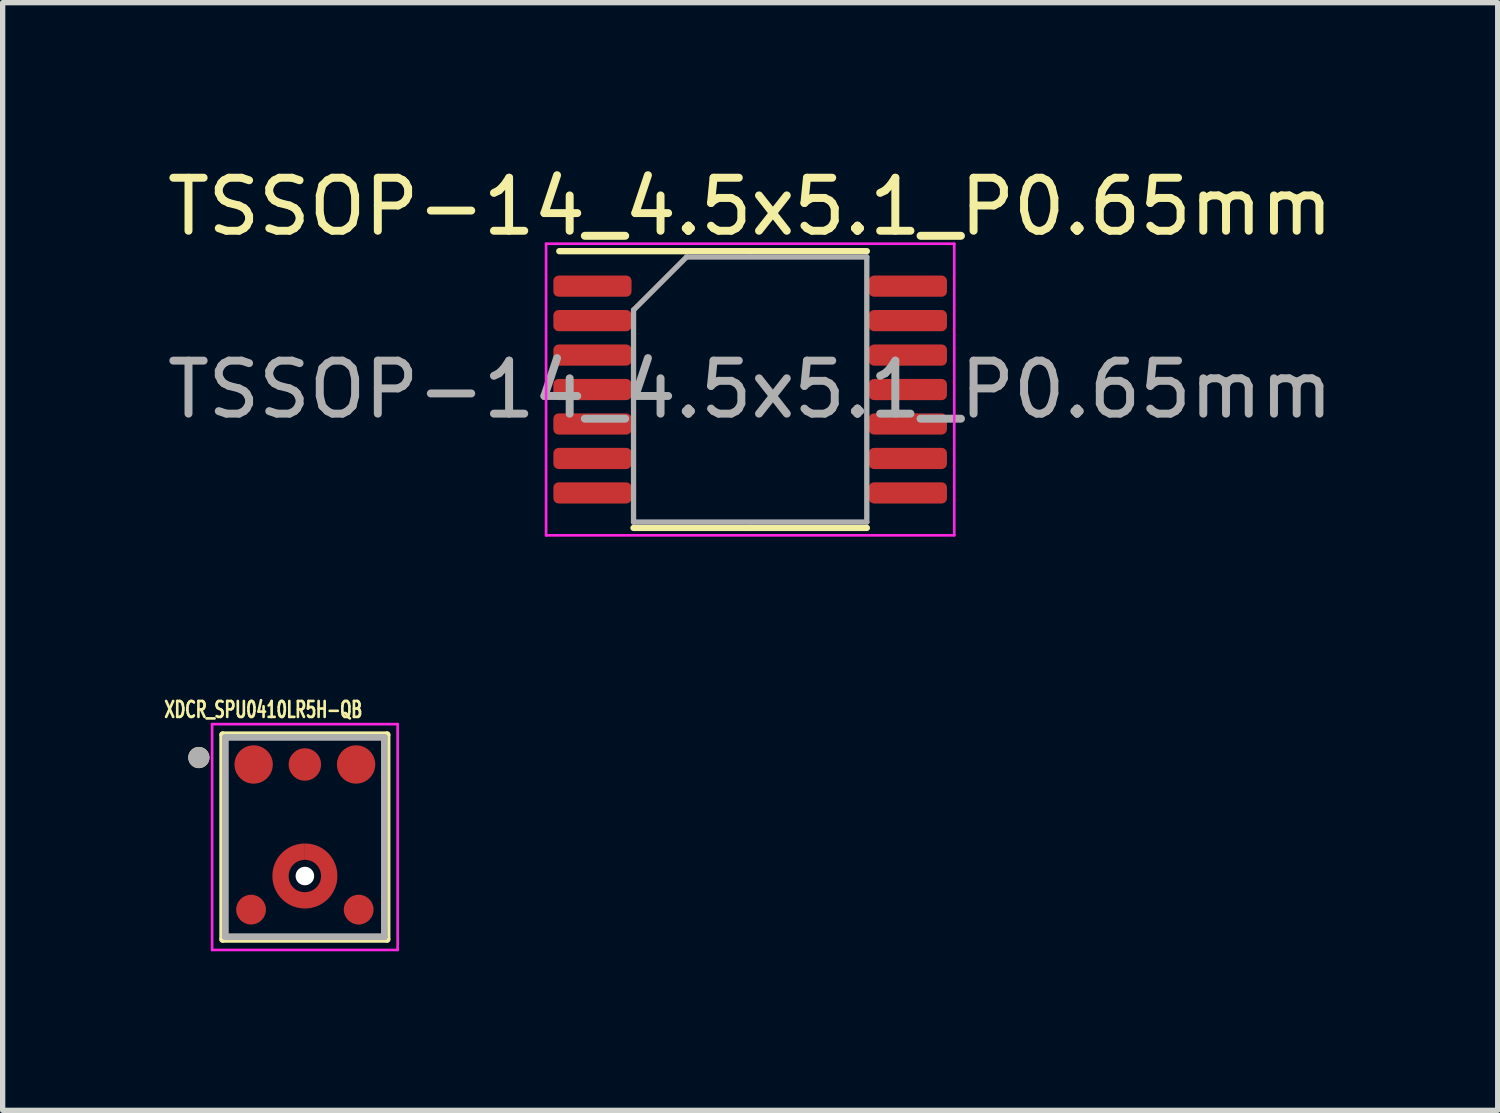
<source format=kicad_pcb>
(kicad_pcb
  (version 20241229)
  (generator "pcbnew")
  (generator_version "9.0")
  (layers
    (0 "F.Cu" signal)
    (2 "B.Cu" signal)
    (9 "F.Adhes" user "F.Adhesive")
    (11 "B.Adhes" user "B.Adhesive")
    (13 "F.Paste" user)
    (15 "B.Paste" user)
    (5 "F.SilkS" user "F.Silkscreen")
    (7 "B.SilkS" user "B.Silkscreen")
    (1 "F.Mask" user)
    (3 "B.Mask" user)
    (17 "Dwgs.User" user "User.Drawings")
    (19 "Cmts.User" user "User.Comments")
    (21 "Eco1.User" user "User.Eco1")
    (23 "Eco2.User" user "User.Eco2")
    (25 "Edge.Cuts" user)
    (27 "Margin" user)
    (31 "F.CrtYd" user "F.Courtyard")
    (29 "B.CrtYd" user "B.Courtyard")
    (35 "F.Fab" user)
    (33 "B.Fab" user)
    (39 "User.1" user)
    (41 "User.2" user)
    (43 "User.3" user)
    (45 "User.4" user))
  (footprint "TSSOP-14_4.5x5.1_P0.65mm"
    (layer "F.Cu")
    (at 11.101 4.298)
    (property "Reference" "TSSOP-14_4.5x5.1_P0.65mm" (at 0 -3.45 0) (layer "F.SilkS") (effects (font (size 1 1) (thickness 0.15))))
    (attr smd)
    (fp_line (start 0 -2.61) (end -3.6 -2.61) (stroke (width 0.12) (type solid)) (layer "F.SilkS"))
    (fp_line (start 0 -2.61) (end 2.2 -2.61) (stroke (width 0.12) (type solid)) (layer "F.SilkS"))
    (fp_line (start 0 2.61) (end -2.2 2.61) (stroke (width 0.12) (type solid)) (layer "F.SilkS"))
    (fp_line (start 0 2.61) (end 2.2 2.61) (stroke (width 0.12) (type solid)) (layer "F.SilkS"))
    (fp_line (start -3.85 -2.75) (end -3.85 2.75) (stroke (width 0.05) (type solid)) (layer "F.CrtYd"))
    (fp_line (start -3.85 2.75) (end 3.85 2.75) (stroke (width 0.05) (type solid)) (layer "F.CrtYd"))
    (fp_line (start 3.85 -2.75) (end -3.85 -2.75) (stroke (width 0.05) (type solid)) (layer "F.CrtYd"))
    (fp_line (start 3.85 2.75) (end 3.85 -2.75) (stroke (width 0.05) (type solid)) (layer "F.CrtYd"))
    (fp_line (start -2.2 -1.5) (end -1.2 -2.5) (stroke (width 0.1) (type solid)) (layer "F.Fab"))
    (fp_line (start -2.2 2.5) (end -2.2 -1.5) (stroke (width 0.1) (type solid)) (layer "F.Fab"))
    (fp_line (start -1.2 -2.5) (end 2.2 -2.5) (stroke (width 0.1) (type solid)) (layer "F.Fab"))
    (fp_line (start 2.2 -2.5) (end 2.2 2.5) (stroke (width 0.1) (type solid)) (layer "F.Fab"))
    (fp_line (start 2.2 2.5) (end -2.2 2.5) (stroke (width 0.1) (type solid)) (layer "F.Fab"))
    (fp_text user "${REFERENCE}" (at 0 0 0) (layer "F.Fab") (effects (font (size 1 1) (thickness 0.15))))
    (pad "1" smd roundrect (at -2.975 -1.95) (size 1.475 0.4) (layers "F.Cu" "F.Mask" "F.Paste") (roundrect_rratio 0.25))
    (pad "2" smd roundrect (at -2.975 -1.3) (size 1.475 0.4) (layers "F.Cu" "F.Mask" "F.Paste") (roundrect_rratio 0.25))
    (pad "3" smd roundrect (at -2.975 -0.65) (size 1.475 0.4) (layers "F.Cu" "F.Mask" "F.Paste") (roundrect_rratio 0.25))
    (pad "4" smd roundrect (at -2.975 0) (size 1.475 0.4) (layers "F.Cu" "F.Mask" "F.Paste") (roundrect_rratio 0.25))
    (pad "5" smd roundrect (at -2.975 0.65) (size 1.475 0.4) (layers "F.Cu" "F.Mask" "F.Paste") (roundrect_rratio 0.25))
    (pad "6" smd roundrect (at -2.975 1.3) (size 1.475 0.4) (layers "F.Cu" "F.Mask" "F.Paste") (roundrect_rratio 0.25))
    (pad "7" smd roundrect (at -2.975 1.95) (size 1.475 0.4) (layers "F.Cu" "F.Mask" "F.Paste") (roundrect_rratio 0.25))
    (pad "8" smd roundrect (at 2.975 1.95) (size 1.475 0.4) (layers "F.Cu" "F.Mask" "F.Paste") (roundrect_rratio 0.25))
    (pad "9" smd roundrect (at 2.975 1.3) (size 1.475 0.4) (layers "F.Cu" "F.Mask" "F.Paste") (roundrect_rratio 0.25))
    (pad "10" smd roundrect (at 2.975 0.65) (size 1.475 0.4) (layers "F.Cu" "F.Mask" "F.Paste") (roundrect_rratio 0.25))
    (pad "11" smd roundrect (at 2.975 0) (size 1.475 0.4) (layers "F.Cu" "F.Mask" "F.Paste") (roundrect_rratio 0.25))
    (pad "12" smd roundrect (at 2.975 -0.65) (size 1.475 0.4) (layers "F.Cu" "F.Mask" "F.Paste") (roundrect_rratio 0.25))
    (pad "13" smd roundrect (at 2.975 -1.3) (size 1.475 0.4) (layers "F.Cu" "F.Mask" "F.Paste") (roundrect_rratio 0.25))
    (pad "14" smd roundrect (at 2.975 -1.95) (size 1.475 0.4) (layers "F.Cu" "F.Mask" "F.Paste") (roundrect_rratio 0.25)))
  (footprint "XDCR_SPU0410LR5H-QB"
    (layer "F.Cu")
    (at 2.701 12.74)
    (property "Reference" "XDCR_SPU0410LR5H-QB" (at -0.784 -2.403 0) (layer "F.SilkS") (effects (font (size 0.3 0.2) (thickness 0.05))))
    (attr through_hole)
    (fp_poly (pts (xy -0.001 0.429) (xy -0.001 0.122) (xy -0.034 0.123) (xy -0.066 0.126) (xy -0.098 0.13) (xy -0.129 0.136) (xy -0.16 0.143) (xy -0.191 0.152) (xy -0.221 0.163) (xy -0.25 0.175) (xy -0.279 0.189) (xy -0.307 0.204) (xy -0.334 0.221) (xy -0.361 0.239) (xy -0.386 0.258) (xy -0.41 0.279) (xy -0.433 0.301) (xy -0.455 0.324) (xy -0.476 0.348) (xy -0.496 0.374) (xy -0.514 0.4) (xy -0.53 0.427) (xy -0.546 0.455) (xy -0.559 0.484) (xy -0.572 0.514) (xy -0.582 0.544) (xy -0.591 0.574) (xy -0.599 0.605) (xy -0.604 0.637) (xy -0.609 0.668) (xy -0.611 0.7) (xy -0.612 0.73) (xy -0.612 0.739) (xy -0.611 0.769) (xy -0.609 0.8) (xy -0.604 0.832) (xy -0.599 0.864) (xy -0.591 0.895) (xy -0.582 0.925) (xy -0.572 0.955) (xy -0.559 0.985) (xy -0.546 1.014) (xy -0.53 1.042) (xy -0.514 1.069) (xy -0.496 1.095) (xy -0.476 1.12) (xy -0.455 1.145) (xy -0.433 1.168) (xy -0.41 1.19) (xy -0.386 1.211) (xy -0.361 1.23) (xy -0.334 1.248) (xy -0.307 1.265) (xy -0.279 1.28) (xy -0.25 1.294) (xy -0.221 1.306) (xy -0.191 1.317) (xy -0.16 1.326) (xy -0.129 1.333) (xy -0.098 1.339) (xy -0.066 1.343) (xy -0.034 1.346) (xy 0 1.347) (xy 0.001 1.347) (xy 0.035 1.346) (xy 0.067 1.343) (xy 0.098 1.339) (xy 0.13 1.333) (xy 0.161 1.326) (xy 0.191 1.317) (xy 0.221 1.306) (xy 0.251 1.294) (xy 0.28 1.28) (xy 0.308 1.265) (xy 0.335 1.248) (xy 0.361 1.23) (xy 0.386 1.211) (xy 0.411 1.19) (xy 0.434 1.168) (xy 0.456 1.145) (xy 0.476 1.121) (xy 0.496 1.096) (xy 0.514 1.069) (xy 0.53 1.042) (xy 0.546 1.014) (xy 0.559 0.985) (xy 0.572 0.956) (xy 0.582 0.926) (xy 0.591 0.895) (xy 0.599 0.864) (xy 0.605 0.833) (xy 0.609 0.801) (xy 0.611 0.77) (xy 0.612 0.74) (xy 0.612 0.71) (xy 0.61 0.675) (xy 0.606 0.644) (xy 0.601 0.613) (xy 0.595 0.582) (xy 0.586 0.552) (xy 0.576 0.522) (xy 0.565 0.493) (xy 0.552 0.465) (xy 0.538 0.437) (xy 0.522 0.41) (xy 0.505 0.384) (xy 0.487 0.358) (xy 0.467 0.334) (xy 0.446 0.311) (xy 0.424 0.289) (xy 0.4 0.268) (xy 0.376 0.248) (xy 0.351 0.229) (xy 0.325 0.212) (xy 0.298 0.197) (xy 0.27 0.182) (xy 0.241 0.169) (xy 0.212 0.158) (xy 0.182 0.148) (xy 0.152 0.14) (xy 0.121 0.133) (xy 0.09 0.128) (xy 0.059 0.125) (xy 0.028 0.123) (xy 0.001 0.122) (xy 0.001 0.429) (xy 0.018 0.43) (xy 0.034 0.431) (xy 0.05 0.433) (xy 0.065 0.436) (xy 0.081 0.44) (xy 0.096 0.444) (xy 0.111 0.45) (xy 0.126 0.456) (xy 0.14 0.462) (xy 0.154 0.47) (xy 0.167 0.478) (xy 0.18 0.487) (xy 0.193 0.497) (xy 0.205 0.507) (xy 0.216 0.518) (xy 0.227 0.53) (xy 0.238 0.542) (xy 0.247 0.554) (xy 0.256 0.567) (xy 0.264 0.581) (xy 0.272 0.595) (xy 0.279 0.609) (xy 0.285 0.624) (xy 0.29 0.639) (xy 0.295 0.654) (xy 0.298 0.669) (xy 0.301 0.685) (xy 0.303 0.7) (xy 0.305 0.716) (xy 0.305 0.73) (xy 0.305 0.74) (xy 0.304 0.758) (xy 0.303 0.774) (xy 0.3 0.79) (xy 0.297 0.805) (xy 0.293 0.821) (xy 0.289 0.836) (xy 0.283 0.85) (xy 0.277 0.865) (xy 0.27 0.879) (xy 0.262 0.893) (xy 0.253 0.906) (xy 0.244 0.919) (xy 0.234 0.932) (xy 0.224 0.943) (xy 0.213 0.955) (xy 0.201 0.965) (xy 0.189 0.975) (xy 0.176 0.985) (xy 0.163 0.994) (xy 0.149 1.002) (xy 0.135 1.009) (xy 0.121 1.015) (xy 0.106 1.021) (xy 0.091 1.026) (xy 0.076 1.031) (xy 0.06 1.034) (xy 0.045 1.037) (xy 0.029 1.038) (xy 0.013 1.039) (xy 0 1.04) (xy -0.01 1.04) (xy -0.023 1.039) (xy -0.039 1.038) (xy -0.054 1.036) (xy -0.07 1.033) (xy -0.085 1.029) (xy -0.1 1.025) (xy -0.114 1.02) (xy -0.129 1.014) (xy -0.143 1.007) (xy -0.156 1) (xy -0.17 0.992) (xy -0.182 0.983) (xy -0.195 0.973) (xy -0.207 0.963) (xy -0.218 0.952) (xy -0.229 0.941) (xy -0.239 0.929) (xy -0.248 0.917) (xy -0.257 0.904) (xy -0.265 0.891) (xy -0.273 0.877) (xy -0.279 0.863) (xy -0.285 0.849) (xy -0.29 0.834) (xy -0.295 0.819) (xy -0.299 0.804) (xy -0.301 0.789) (xy -0.303 0.773) (xy -0.305 0.758) (xy -0.305 0.74) (xy -0.305 0.73) (xy -0.305 0.716) (xy -0.303 0.7) (xy -0.301 0.685) (xy -0.298 0.669) (xy -0.295 0.654) (xy -0.29 0.639) (xy -0.285 0.624) (xy -0.279 0.609) (xy -0.272 0.595) (xy -0.264 0.581) (xy -0.256 0.567) (xy -0.247 0.554) (xy -0.238 0.542) (xy -0.227 0.53) (xy -0.216 0.518) (xy -0.205 0.507) (xy -0.193 0.497) (xy -0.18 0.487) (xy -0.167 0.478) (xy -0.154 0.47) (xy -0.14 0.462) (xy -0.126 0.456) (xy -0.111 0.45) (xy -0.096 0.444) (xy -0.081 0.44) (xy -0.065 0.436) (xy -0.05 0.433) (xy -0.034 0.431) (xy -0.018 0.43) (xy -0.001 0.429)) (stroke (width 0.001) (type solid)) (fill yes) (layer "F.Cu"))
    (fp_circle (center 0 0.735) (end 0.459 0.735) (stroke (width 0.32) (type solid)) (fill no) (layer "F.Mask"))
    (fp_line (start -1.55 -1.93) (end 1.55 -1.93) (stroke (width 0.127) (type solid)) (layer "F.SilkS"))
    (fp_line (start -1.55 1.93) (end -1.55 -1.93) (stroke (width 0.127) (type solid)) (layer "F.SilkS"))
    (fp_line (start 1.55 -1.93) (end 1.55 1.93) (stroke (width 0.127) (type solid)) (layer "F.SilkS"))
    (fp_line (start 1.55 1.93) (end -1.55 1.93) (stroke (width 0.127) (type solid)) (layer "F.SilkS"))
    (fp_circle (center -2 -1.5) (end -1.9 -1.5) (stroke (width 0.2) (type solid)) (fill no) (layer "F.SilkS"))
    (fp_poly (pts (xy -0.48 1.109) (xy -0.499 1.083) (xy -0.514 1.061) (xy -0.528 1.039) (xy -0.541 1.015) (xy -0.553 0.992) (xy -0.564 0.967) (xy -0.574 0.943) (xy -0.582 0.918) (xy -0.59 0.892) (xy -0.596 0.866) (xy -0.601 0.84) (xy -0.605 0.814) (xy -0.608 0.788) (xy -0.61 0.761) (xy -0.611 0.735) (xy -0.61 0.708) (xy -0.608 0.681) (xy -0.605 0.655) (xy -0.601 0.629) (xy -0.596 0.603) (xy -0.59 0.577) (xy -0.582 0.551) (xy -0.574 0.526) (xy -0.564 0.502) (xy -0.553 0.477) (xy -0.541 0.454) (xy -0.528 0.43) (xy -0.514 0.408) (xy -0.499 0.386) (xy -0.48 0.36) (xy -0.262 0.578) (xy -0.268 0.588) (xy -0.273 0.597) (xy -0.278 0.607) (xy -0.283 0.617) (xy -0.287 0.627) (xy -0.291 0.638) (xy -0.294 0.648) (xy -0.297 0.659) (xy -0.3 0.669) (xy -0.302 0.68) (xy -0.304 0.691) (xy -0.305 0.702) (xy -0.306 0.713) (xy -0.307 0.724) (xy -0.307 0.735) (xy -0.307 0.745) (xy -0.306 0.756) (xy -0.305 0.767) (xy -0.304 0.778) (xy -0.302 0.789) (xy -0.3 0.8) (xy -0.297 0.81) (xy -0.294 0.821) (xy -0.291 0.831) (xy -0.287 0.842) (xy -0.283 0.852) (xy -0.278 0.862) (xy -0.273 0.872) (xy -0.268 0.881) (xy -0.262 0.891) (xy -0.48 1.109)) (stroke (width 0.001) (type solid)) (fill yes) (layer "F.Paste"))
    (fp_poly (pts (xy -0.374 0.254) (xy -0.357 0.241) (xy -0.335 0.226) (xy -0.312 0.211) (xy -0.289 0.198) (xy -0.265 0.185) (xy -0.241 0.174) (xy -0.216 0.164) (xy -0.19 0.155) (xy -0.165 0.147) (xy -0.139 0.14) (xy -0.112 0.134) (xy -0.086 0.13) (xy -0.059 0.127) (xy -0.032 0.125) (xy -0.005 0.124) (xy 0.022 0.124) (xy 0.049 0.126) (xy 0.075 0.128) (xy 0.102 0.132) (xy 0.128 0.138) (xy 0.155 0.144) (xy 0.18 0.151) (xy 0.206 0.16) (xy 0.231 0.17) (xy 0.256 0.181) (xy 0.28 0.193) (xy 0.303 0.206) (xy 0.326 0.22) (xy 0.348 0.235) (xy 0.374 0.254) (xy 0.156 0.472) (xy 0.147 0.467) (xy 0.137 0.461) (xy 0.127 0.456) (xy 0.117 0.452) (xy 0.107 0.448) (xy 0.097 0.444) (xy 0.087 0.44) (xy 0.076 0.437) (xy 0.065 0.435) (xy 0.055 0.432) (xy 0.044 0.431) (xy 0.033 0.429) (xy 0.022 0.428) (xy 0.011 0.428) (xy 0 0.427) (xy -0.011 0.428) (xy -0.022 0.428) (xy -0.033 0.429) (xy -0.044 0.431) (xy -0.055 0.432) (xy -0.065 0.435) (xy -0.076 0.437) (xy -0.087 0.44) (xy -0.097 0.444) (xy -0.107 0.448) (xy -0.117 0.452) (xy -0.127 0.456) (xy -0.137 0.461) (xy -0.147 0.467) (xy -0.156 0.472) (xy -0.374 0.254)) (stroke (width 0.001) (type solid)) (fill yes) (layer "F.Paste"))
    (fp_poly (pts (xy 0.374 1.215) (xy 0.348 1.234) (xy 0.326 1.249) (xy 0.303 1.263) (xy 0.28 1.276) (xy 0.256 1.288) (xy 0.231 1.299) (xy 0.206 1.309) (xy 0.18 1.318) (xy 0.155 1.325) (xy 0.128 1.331) (xy 0.102 1.337) (xy 0.075 1.341) (xy 0.049 1.343) (xy 0.022 1.345) (xy -0.005 1.345) (xy -0.032 1.344) (xy -0.059 1.342) (xy -0.086 1.339) (xy -0.112 1.335) (xy -0.139 1.329) (xy -0.165 1.322) (xy -0.19 1.314) (xy -0.216 1.305) (xy -0.241 1.295) (xy -0.265 1.284) (xy -0.289 1.271) (xy -0.312 1.258) (xy -0.335 1.243) (xy -0.357 1.228) (xy -0.374 1.215) (xy -0.156 0.997) (xy -0.147 1.002) (xy -0.137 1.008) (xy -0.127 1.013) (xy -0.117 1.017) (xy -0.107 1.021) (xy -0.097 1.025) (xy -0.087 1.029) (xy -0.076 1.032) (xy -0.065 1.034) (xy -0.055 1.037) (xy -0.044 1.038) (xy -0.033 1.04) (xy -0.022 1.041) (xy -0.011 1.041) (xy 0 1.042) (xy 0.011 1.041) (xy 0.022 1.041) (xy 0.033 1.04) (xy 0.044 1.038) (xy 0.055 1.037) (xy 0.065 1.034) (xy 0.076 1.032) (xy 0.087 1.029) (xy 0.097 1.025) (xy 0.107 1.021) (xy 0.117 1.017) (xy 0.127 1.013) (xy 0.137 1.008) (xy 0.147 1.002) (xy 0.156 0.997) (xy 0.374 1.215)) (stroke (width 0.001) (type solid)) (fill yes) (layer "F.Paste"))
    (fp_poly (pts (xy 0.48 0.36) (xy 0.494 0.378) (xy 0.509 0.4) (xy 0.524 0.423) (xy 0.537 0.447) (xy 0.55 0.471) (xy 0.561 0.496) (xy 0.572 0.521) (xy 0.581 0.547) (xy 0.589 0.573) (xy 0.595 0.599) (xy 0.601 0.626) (xy 0.605 0.653) (xy 0.608 0.68) (xy 0.61 0.707) (xy 0.611 0.735) (xy 0.61 0.762) (xy 0.608 0.789) (xy 0.605 0.816) (xy 0.601 0.843) (xy 0.595 0.87) (xy 0.589 0.896) (xy 0.581 0.922) (xy 0.572 0.948) (xy 0.561 0.973) (xy 0.55 0.998) (xy 0.537 1.022) (xy 0.524 1.046) (xy 0.509 1.069) (xy 0.494 1.091) (xy 0.48 1.109) (xy 0.262 0.891) (xy 0.268 0.881) (xy 0.273 0.872) (xy 0.278 0.862) (xy 0.283 0.852) (xy 0.287 0.842) (xy 0.291 0.831) (xy 0.294 0.821) (xy 0.297 0.81) (xy 0.3 0.8) (xy 0.302 0.789) (xy 0.304 0.778) (xy 0.305 0.767) (xy 0.306 0.756) (xy 0.307 0.745) (xy 0.307 0.735) (xy 0.307 0.724) (xy 0.306 0.713) (xy 0.305 0.702) (xy 0.304 0.691) (xy 0.302 0.68) (xy 0.3 0.669) (xy 0.297 0.659) (xy 0.294 0.648) (xy 0.291 0.638) (xy 0.287 0.627) (xy 0.283 0.617) (xy 0.278 0.607) (xy 0.273 0.597) (xy 0.268 0.588) (xy 0.262 0.578) (xy 0.48 0.36)) (stroke (width 0.001) (type solid)) (fill yes) (layer "F.Paste"))
    (fp_line (start -1.75 -2.13) (end 1.75 -2.13) (stroke (width 0.05) (type solid)) (layer "F.CrtYd"))
    (fp_line (start -1.75 2.13) (end -1.75 -2.13) (stroke (width 0.05) (type solid)) (layer "F.CrtYd"))
    (fp_line (start 1.75 -2.13) (end 1.75 2.13) (stroke (width 0.05) (type solid)) (layer "F.CrtYd"))
    (fp_line (start 1.75 2.13) (end -1.75 2.13) (stroke (width 0.05) (type solid)) (layer "F.CrtYd"))
    (fp_line (start -1.5 -1.88) (end 1.5 -1.88) (stroke (width 0.127) (type solid)) (layer "F.Fab"))
    (fp_line (start -1.5 1.88) (end -1.5 -1.88) (stroke (width 0.127) (type solid)) (layer "F.Fab"))
    (fp_line (start 1.5 -1.88) (end 1.5 1.88) (stroke (width 0.127) (type solid)) (layer "F.Fab"))
    (fp_line (start 1.5 1.88) (end -1.5 1.88) (stroke (width 0.127) (type solid)) (layer "F.Fab"))
    (fp_circle (center -2 -1.5) (end -1.9 -1.5) (stroke (width 0.2) (type solid)) (fill no) (layer "F.Fab"))
    (pad "" np_thru_hole circle (at 0 0.735) (size 0.35 0.35) (drill 0.35) (layers "*.Cu" "*.Mask"))
    (pad "1" smd circle (at -0.966 -1.369) (size 0.723 0.723) (layers "F.Cu" "F.Mask" "F.Paste"))
    (pad "2" smd circle (at -1.015 1.369) (size 0.562 0.562) (layers "F.Cu" "F.Mask" "F.Paste"))
    (pad "3" smd circle (at 1.015 1.369) (size 0.562 0.562) (layers "F.Cu" "F.Mask" "F.Paste"))
    (pad "4" smd circle (at 0.966 -1.369) (size 0.723 0.723) (layers "F.Cu" "F.Mask" "F.Paste"))
    (pad "5" smd circle (at 0 -1.369) (size 0.612 0.612) (layers "F.Cu" "F.Mask" "F.Paste"))
    (pad "6" smd rect (at 0.47 0.74) (size 0.25 0.25) (layers "F.Cu")))
  (gr_rect
    (start -3 -3)
    (end 25.202 17.895)
    (stroke (width 0.1) (type default))
    (fill no)
    (layer "Edge.Cuts")))
</source>
